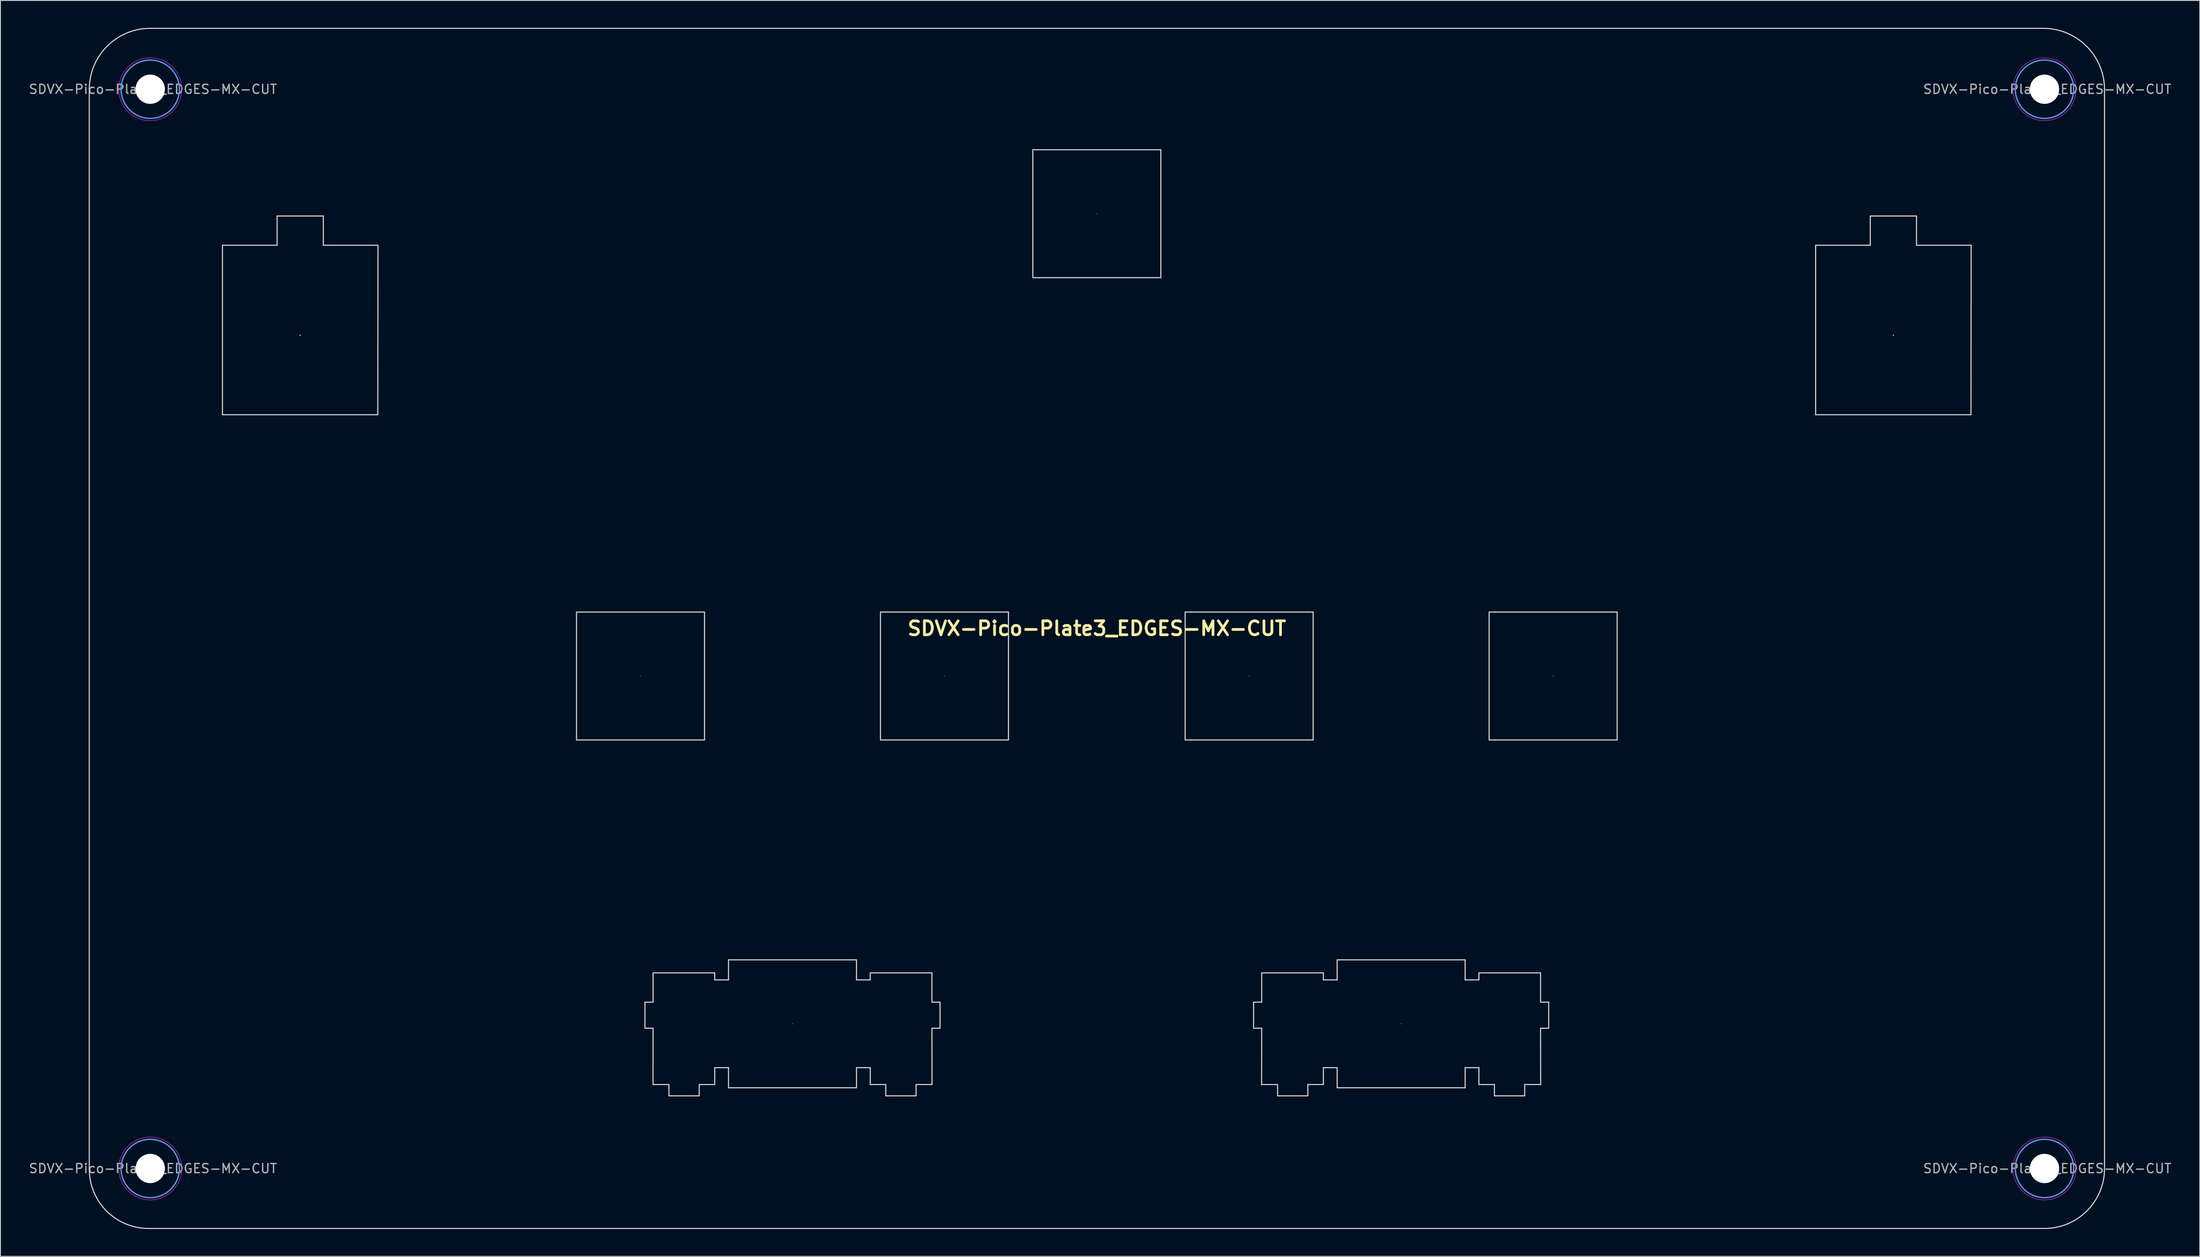
<source format=kicad_pcb>
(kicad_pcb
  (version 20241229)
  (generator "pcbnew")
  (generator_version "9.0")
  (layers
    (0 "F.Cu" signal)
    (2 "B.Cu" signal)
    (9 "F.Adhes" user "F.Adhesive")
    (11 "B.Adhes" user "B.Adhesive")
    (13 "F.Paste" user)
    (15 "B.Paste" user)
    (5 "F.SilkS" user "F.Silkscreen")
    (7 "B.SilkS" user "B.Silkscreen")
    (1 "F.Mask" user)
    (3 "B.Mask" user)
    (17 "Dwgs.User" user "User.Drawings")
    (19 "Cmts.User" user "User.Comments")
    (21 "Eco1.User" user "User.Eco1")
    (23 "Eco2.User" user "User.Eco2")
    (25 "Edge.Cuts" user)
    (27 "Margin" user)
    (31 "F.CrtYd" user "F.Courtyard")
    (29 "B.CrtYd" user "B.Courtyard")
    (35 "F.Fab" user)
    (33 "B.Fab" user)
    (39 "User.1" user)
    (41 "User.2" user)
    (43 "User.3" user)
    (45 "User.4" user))
  (footprint "SDVX-Pico-Plate3_EDGES-MX-CUT"
    (layer "F.Cu")
    (at 117.2 65.899)
    (property "Reference" "SDVX-Pico-Plate3_EDGES-MX-CUT" (at 0 0 0) (layer "F.SilkS") (effects (font (size 1.524 1.524) (thickness 0.3))))
    (attr board_only exclude_from_pos_files exclude_from_bom)
    (fp_poly (pts (xy -49.989 5.211) (xy -49.988 5.22) (xy -50.017 5.257) (xy -50.027 5.259) (xy -50.064 5.229) (xy -50.065 5.22) (xy -50.036 5.182) (xy -50.027 5.181)) (stroke (width 0) (type solid)) (fill yes) (layer "F.SilkS"))
    (fp_poly (pts (xy -33.326 43.369) (xy -33.325 43.378) (xy -33.355 43.415) (xy -33.364 43.417) (xy -33.401 43.387) (xy -33.402 43.378) (xy -33.373 43.34) (xy -33.364 43.339)) (stroke (width 0) (type solid)) (fill yes) (layer "F.SilkS"))
    (fp_poly (pts (xy -16.664 5.211) (xy -16.662 5.22) (xy -16.692 5.257) (xy -16.701 5.259) (xy -16.739 5.229) (xy -16.74 5.22) (xy -16.71 5.182) (xy -16.701 5.181)) (stroke (width 0) (type solid)) (fill yes) (layer "F.SilkS"))
    (fp_poly (pts (xy 0.038 -45.512) (xy 0.039 -45.503) (xy 0.01 -45.465) (xy 0.00027 -45.464) (xy -0.037 -45.494) (xy -0.038 -45.503) (xy -0.009 -45.54) (xy 0.00027 -45.541)) (stroke (width 0) (type solid)) (fill yes) (layer "F.SilkS"))
    (fp_poly (pts (xy 16.739 5.211) (xy 16.74 5.22) (xy 16.711 5.257) (xy 16.702 5.259) (xy 16.664 5.229) (xy 16.663 5.22) (xy 16.692 5.182) (xy 16.702 5.181)) (stroke (width 0) (type solid)) (fill yes) (layer "F.SilkS"))
    (fp_poly (pts (xy 33.402 43.369) (xy 33.403 43.378) (xy 33.374 43.415) (xy 33.364 43.417) (xy 33.327 43.387) (xy 33.326 43.378) (xy 33.355 43.34) (xy 33.364 43.339)) (stroke (width 0) (type solid)) (fill yes) (layer "F.SilkS"))
    (fp_poly (pts (xy 50.065 5.211) (xy 50.066 5.22) (xy 50.036 5.257) (xy 50.027 5.259) (xy 49.99 5.229) (xy 49.988 5.22) (xy 50.018 5.182) (xy 50.027 5.181)) (stroke (width 0) (type solid)) (fill yes) (layer "F.SilkS"))
    (fp_poly (pts (xy -87.302 -32.223) (xy -87.291 -32.215) (xy -87.269 -32.154) (xy -87.298 -32.1) (xy -87.334 -32.088) (xy -87.384 -32.116) (xy -87.394 -32.13) (xy -87.399 -32.189) (xy -87.358 -32.228)) (stroke (width 0) (type solid)) (fill yes) (layer "F.SilkS"))
    (fp_poly (pts (xy 87.367 -32.223) (xy 87.378 -32.215) (xy 87.399 -32.154) (xy 87.371 -32.1) (xy 87.335 -32.088) (xy 87.285 -32.116) (xy 87.274 -32.13) (xy 87.27 -32.189) (xy 87.311 -32.228)) (stroke (width 0) (type solid)) (fill yes) (layer "F.SilkS"))
    (fp_circle (center -103.78 -59.159) (end -100.58 -59.159) (stroke (width 0.15) (type solid)) (fill no) (layer "Cmts.User"))
    (fp_circle (center -103.778 59.251) (end -100.578 59.251) (stroke (width 0.15) (type solid)) (fill no) (layer "Cmts.User"))
    (fp_circle (center 103.9 -59.159) (end 107.1 -59.159) (stroke (width 0.15) (type solid)) (fill no) (layer "Cmts.User"))
    (fp_circle (center 103.902 59.251) (end 107.102 59.251) (stroke (width 0.15) (type solid)) (fill no) (layer "Cmts.User"))
    (fp_line (start -110.46 -59.212) (end -110.46 59.331) (stroke (width 0.12) (type solid)) (layer "Edge.Cuts"))
    (fp_line (start -103.96 65.831) (end 103.894 65.831) (stroke (width 0.12) (type solid)) (layer "Edge.Cuts"))
    (fp_line (start -95.86 -42.04) (end -89.87 -42.04) (stroke (width 0.12) (type solid)) (layer "Edge.Cuts"))
    (fp_line (start -95.86 -23.45) (end -95.86 -42.04) (stroke (width 0.12) (type solid)) (layer "Edge.Cuts"))
    (fp_line (start -89.87 -45.25) (end -84.8 -45.25) (stroke (width 0.12) (type solid)) (layer "Edge.Cuts"))
    (fp_line (start -89.87 -42.04) (end -89.87 -45.25) (stroke (width 0.12) (type solid)) (layer "Edge.Cuts"))
    (fp_line (start -84.8 -45.25) (end -84.8 -42.04) (stroke (width 0.12) (type solid)) (layer "Edge.Cuts"))
    (fp_line (start -84.8 -42.04) (end -78.81 -42.04) (stroke (width 0.12) (type solid)) (layer "Edge.Cuts"))
    (fp_line (start -78.83 -23.45) (end -95.86 -23.45) (stroke (width 0.12) (type solid)) (layer "Edge.Cuts"))
    (fp_line (start -78.81 -42.04) (end -78.83 -23.45) (stroke (width 0.12) (type solid)) (layer "Edge.Cuts"))
    (fp_line (start -49.54 41) (end -49.54 43.86) (stroke (width 0.12) (type solid)) (layer "Edge.Cuts"))
    (fp_line (start -49.54 43.86) (end -48.65 43.86) (stroke (width 0.12) (type solid)) (layer "Edge.Cuts"))
    (fp_line (start -48.66 50.04) (end -46.91 50.04) (stroke (width 0.12) (type solid)) (layer "Edge.Cuts"))
    (fp_line (start -48.65 37.79) (end -48.65 41) (stroke (width 0.12) (type solid)) (layer "Edge.Cuts"))
    (fp_line (start -48.65 41) (end -49.54 41) (stroke (width 0.12) (type solid)) (layer "Edge.Cuts"))
    (fp_line (start -48.65 43.86) (end -48.66 50.04) (stroke (width 0.12) (type solid)) (layer "Edge.Cuts"))
    (fp_line (start -46.91 50.04) (end -46.91 51.28) (stroke (width 0.12) (type solid)) (layer "Edge.Cuts"))
    (fp_line (start -46.91 51.28) (end -43.59 51.28) (stroke (width 0.12) (type solid)) (layer "Edge.Cuts"))
    (fp_line (start -43.59 50.04) (end -41.89 50.04) (stroke (width 0.12) (type solid)) (layer "Edge.Cuts"))
    (fp_line (start -43.59 51.28) (end -43.59 50.04) (stroke (width 0.12) (type solid)) (layer "Edge.Cuts"))
    (fp_line (start -41.89 37.79) (end -48.65 37.79) (stroke (width 0.12) (type solid)) (layer "Edge.Cuts"))
    (fp_line (start -41.89 38.56) (end -41.89 37.79) (stroke (width 0.12) (type solid)) (layer "Edge.Cuts"))
    (fp_line (start -41.89 48.19) (end -40.38 48.19) (stroke (width 0.12) (type solid)) (layer "Edge.Cuts"))
    (fp_line (start -41.89 50.04) (end -41.89 48.19) (stroke (width 0.12) (type solid)) (layer "Edge.Cuts"))
    (fp_line (start -40.38 36.36) (end -40.38 38.56) (stroke (width 0.12) (type solid)) (layer "Edge.Cuts"))
    (fp_line (start -40.38 36.36) (end -26.347 36.36) (stroke (width 0.12) (type solid)) (layer "Edge.Cuts"))
    (fp_line (start -40.38 38.56) (end -41.89 38.56) (stroke (width 0.12) (type solid)) (layer "Edge.Cuts"))
    (fp_line (start -40.38 48.19) (end -40.38 50.394) (stroke (width 0.12) (type solid)) (layer "Edge.Cuts"))
    (fp_line (start -26.347 38.56) (end -24.837 38.56) (stroke (width 0.12) (type solid)) (layer "Edge.Cuts"))
    (fp_line (start -26.347 48.19) (end -26.347 50.394) (stroke (width 0.12) (type solid)) (layer "Edge.Cuts"))
    (fp_line (start -26.347 36.36) (end -26.347 38.56) (stroke (width 0.12) (type solid)) (layer "Edge.Cuts"))
    (fp_line (start -26.347 50.394) (end -40.38 50.394) (stroke (width 0.12) (type solid)) (layer "Edge.Cuts"))
    (fp_line (start -24.837 37.79) (end -18.077 37.79) (stroke (width 0.12) (type solid)) (layer "Edge.Cuts"))
    (fp_line (start -24.837 38.56) (end -24.837 37.79) (stroke (width 0.12) (type solid)) (layer "Edge.Cuts"))
    (fp_line (start -24.837 48.19) (end -26.347 48.19) (stroke (width 0.12) (type solid)) (layer "Edge.Cuts"))
    (fp_line (start -24.837 50.04) (end -24.837 48.19) (stroke (width 0.12) (type solid)) (layer "Edge.Cuts"))
    (fp_line (start -23.137 50.04) (end -24.837 50.04) (stroke (width 0.12) (type solid)) (layer "Edge.Cuts"))
    (fp_line (start -23.137 51.28) (end -23.137 50.04) (stroke (width 0.12) (type solid)) (layer "Edge.Cuts"))
    (fp_line (start -19.817 50.04) (end -19.817 51.28) (stroke (width 0.12) (type solid)) (layer "Edge.Cuts"))
    (fp_line (start -19.817 51.28) (end -23.137 51.28) (stroke (width 0.12) (type solid)) (layer "Edge.Cuts"))
    (fp_line (start -18.077 37.79) (end -18.077 41) (stroke (width 0.12) (type solid)) (layer "Edge.Cuts"))
    (fp_line (start -18.077 41) (end -17.187 41) (stroke (width 0.12) (type solid)) (layer "Edge.Cuts"))
    (fp_line (start -18.077 43.86) (end -18.067 50.04) (stroke (width 0.12) (type solid)) (layer "Edge.Cuts"))
    (fp_line (start -18.067 50.04) (end -19.817 50.04) (stroke (width 0.12) (type solid)) (layer "Edge.Cuts"))
    (fp_line (start -17.187 41) (end -17.187 43.86) (stroke (width 0.12) (type solid)) (layer "Edge.Cuts"))
    (fp_line (start -17.187 43.86) (end -18.077 43.86) (stroke (width 0.12) (type solid)) (layer "Edge.Cuts"))
    (fp_line (start 17.188 41) (end 17.188 43.86) (stroke (width 0.12) (type solid)) (layer "Edge.Cuts"))
    (fp_line (start 17.188 43.86) (end 18.078 43.86) (stroke (width 0.12) (type solid)) (layer "Edge.Cuts"))
    (fp_line (start 18.068 50.04) (end 19.818 50.04) (stroke (width 0.12) (type solid)) (layer "Edge.Cuts"))
    (fp_line (start 18.078 37.79) (end 18.078 41) (stroke (width 0.12) (type solid)) (layer "Edge.Cuts"))
    (fp_line (start 18.078 41) (end 17.188 41) (stroke (width 0.12) (type solid)) (layer "Edge.Cuts"))
    (fp_line (start 18.078 43.86) (end 18.068 50.04) (stroke (width 0.12) (type solid)) (layer "Edge.Cuts"))
    (fp_line (start 19.818 50.04) (end 19.818 51.28) (stroke (width 0.12) (type solid)) (layer "Edge.Cuts"))
    (fp_line (start 19.818 51.28) (end 23.138 51.28) (stroke (width 0.12) (type solid)) (layer "Edge.Cuts"))
    (fp_line (start 23.138 50.04) (end 24.838 50.04) (stroke (width 0.12) (type solid)) (layer "Edge.Cuts"))
    (fp_line (start 23.138 51.28) (end 23.138 50.04) (stroke (width 0.12) (type solid)) (layer "Edge.Cuts"))
    (fp_line (start 24.838 37.79) (end 18.078 37.79) (stroke (width 0.12) (type solid)) (layer "Edge.Cuts"))
    (fp_line (start 24.838 38.56) (end 24.838 37.79) (stroke (width 0.12) (type solid)) (layer "Edge.Cuts"))
    (fp_line (start 24.838 48.19) (end 26.348 48.19) (stroke (width 0.12) (type solid)) (layer "Edge.Cuts"))
    (fp_line (start 24.838 50.04) (end 24.838 48.19) (stroke (width 0.12) (type solid)) (layer "Edge.Cuts"))
    (fp_line (start 26.348 36.36) (end 26.348 38.56) (stroke (width 0.12) (type solid)) (layer "Edge.Cuts"))
    (fp_line (start 26.348 36.36) (end 40.381 36.36) (stroke (width 0.12) (type solid)) (layer "Edge.Cuts"))
    (fp_line (start 26.348 38.56) (end 24.838 38.56) (stroke (width 0.12) (type solid)) (layer "Edge.Cuts"))
    (fp_line (start 26.348 48.19) (end 26.348 50.394) (stroke (width 0.12) (type solid)) (layer "Edge.Cuts"))
    (fp_line (start 40.381 38.56) (end 41.891 38.56) (stroke (width 0.12) (type solid)) (layer "Edge.Cuts"))
    (fp_line (start 40.381 48.19) (end 40.381 50.394) (stroke (width 0.12) (type solid)) (layer "Edge.Cuts"))
    (fp_line (start 40.381 36.36) (end 40.381 38.56) (stroke (width 0.12) (type solid)) (layer "Edge.Cuts"))
    (fp_line (start 40.381 50.394) (end 26.348 50.394) (stroke (width 0.12) (type solid)) (layer "Edge.Cuts"))
    (fp_line (start 41.891 37.79) (end 48.651 37.79) (stroke (width 0.12) (type solid)) (layer "Edge.Cuts"))
    (fp_line (start 41.891 38.56) (end 41.891 37.79) (stroke (width 0.12) (type solid)) (layer "Edge.Cuts"))
    (fp_line (start 41.891 48.19) (end 40.381 48.19) (stroke (width 0.12) (type solid)) (layer "Edge.Cuts"))
    (fp_line (start 41.891 50.04) (end 41.891 48.19) (stroke (width 0.12) (type solid)) (layer "Edge.Cuts"))
    (fp_line (start 43.591 50.04) (end 41.891 50.04) (stroke (width 0.12) (type solid)) (layer "Edge.Cuts"))
    (fp_line (start 43.591 51.28) (end 43.591 50.04) (stroke (width 0.12) (type solid)) (layer "Edge.Cuts"))
    (fp_line (start 46.911 50.04) (end 46.911 51.28) (stroke (width 0.12) (type solid)) (layer "Edge.Cuts"))
    (fp_line (start 46.911 51.28) (end 43.591 51.28) (stroke (width 0.12) (type solid)) (layer "Edge.Cuts"))
    (fp_line (start 48.651 37.79) (end 48.651 41) (stroke (width 0.12) (type solid)) (layer "Edge.Cuts"))
    (fp_line (start 48.651 41) (end 49.541 41) (stroke (width 0.12) (type solid)) (layer "Edge.Cuts"))
    (fp_line (start 48.651 43.86) (end 48.661 50.04) (stroke (width 0.12) (type solid)) (layer "Edge.Cuts"))
    (fp_line (start 48.661 50.04) (end 46.911 50.04) (stroke (width 0.12) (type solid)) (layer "Edge.Cuts"))
    (fp_line (start 49.541 41) (end 49.541 43.86) (stroke (width 0.12) (type solid)) (layer "Edge.Cuts"))
    (fp_line (start 49.541 43.86) (end 48.651 43.86) (stroke (width 0.12) (type solid)) (layer "Edge.Cuts"))
    (fp_line (start 78.808 -42.04) (end 84.798 -42.04) (stroke (width 0.12) (type solid)) (layer "Edge.Cuts"))
    (fp_line (start 78.808 -23.45) (end 78.808 -42.04) (stroke (width 0.12) (type solid)) (layer "Edge.Cuts"))
    (fp_line (start 84.798 -45.25) (end 89.868 -45.25) (stroke (width 0.12) (type solid)) (layer "Edge.Cuts"))
    (fp_line (start 84.798 -42.04) (end 84.798 -45.25) (stroke (width 0.12) (type solid)) (layer "Edge.Cuts"))
    (fp_line (start 89.868 -45.25) (end 89.868 -42.04) (stroke (width 0.12) (type solid)) (layer "Edge.Cuts"))
    (fp_line (start 89.868 -42.04) (end 95.858 -42.04) (stroke (width 0.12) (type solid)) (layer "Edge.Cuts"))
    (fp_line (start 95.838 -23.45) (end 78.808 -23.45) (stroke (width 0.12) (type solid)) (layer "Edge.Cuts"))
    (fp_line (start 95.858 -42.04) (end 95.838 -23.45) (stroke (width 0.12) (type solid)) (layer "Edge.Cuts"))
    (fp_line (start 103.86 -65.839) (end -103.89 -65.839) (stroke (width 0.12) (type solid)) (layer "Edge.Cuts"))
    (fp_line (start 110.48 59.341) (end 110.48 -59.239) (stroke (width 0.12) (type solid)) (layer "Edge.Cuts"))
    (fp_rect (start -57.043 -1.798) (end -43.01 12.236) (stroke (width 0.12) (type solid)) (fill no) (layer "Edge.Cuts"))
    (fp_rect (start -23.718 -1.799) (end -9.685 12.235) (stroke (width 0.12) (type solid)) (fill no) (layer "Edge.Cuts"))
    (fp_rect (start -7.016 -52.52) (end 7.017 -38.486) (stroke (width 0.12) (type solid)) (fill no) (layer "Edge.Cuts"))
    (fp_rect (start 9.685 -1.799) (end 23.718 12.235) (stroke (width 0.12) (type solid)) (fill no) (layer "Edge.Cuts"))
    (fp_rect (start 43.011 -1.799) (end 57.044 12.235) (stroke (width 0.12) (type solid)) (fill no) (layer "Edge.Cuts"))
    (fp_arc (start -110.45973 -59.212444) (mid -108.523009 -63.862575) (end -103.88973 -65.839273) (stroke (width 0.12) (type solid)) (layer "Edge.Cuts"))
    (fp_arc (start -103.95973 65.830726) (mid -108.555928 63.926923) (end -110.459737 59.330727) (stroke (width 0.12) (type solid)) (layer "Edge.Cuts"))
    (fp_arc (start 103.86027 -65.839273) (mid 108.507074 -63.880128) (end 110.48027 -59.239273) (stroke (width 0.12) (type solid)) (layer "Edge.Cuts"))
    (fp_arc (start 110.48027 59.340727) (mid 108.518444 63.936731) (end 103.894074 65.830727) (stroke (width 0.12) (type solid)) (layer "Edge.Cuts"))
    (fp_circle (center -103.78 -59.159) (end -100.33 -59.159) (stroke (width 0.05) (type solid)) (fill no) (layer "F.CrtYd"))
    (fp_circle (center -103.778 59.251) (end -100.328 59.251) (stroke (width 0.05) (type solid)) (fill no) (layer "F.CrtYd"))
    (fp_circle (center 103.9 -59.159) (end 107.35 -59.159) (stroke (width 0.05) (type solid)) (fill no) (layer "F.CrtYd"))
    (fp_circle (center 103.902 59.251) (end 107.352 59.251) (stroke (width 0.05) (type solid)) (fill no) (layer "F.CrtYd"))
    (fp_text user "${REFERENCE}" (at 104.202 59.251 0) (layer "F.Fab") (effects (font (size 1 1) (thickness 0.15))))
    (fp_text user "${REFERENCE}" (at 104.2 -59.159 0) (layer "F.Fab") (effects (font (size 1 1) (thickness 0.15))))
    (fp_text user "${REFERENCE}" (at -103.478 59.251 0) (layer "F.Fab") (effects (font (size 1 1) (thickness 0.15))))
    (fp_text user "${REFERENCE}" (at -103.48 -59.159 0) (layer "F.Fab") (effects (font (size 1 1) (thickness 0.15))))
    (pad "" np_thru_hole circle (at -103.78 -59.159) (size 3.2 3.2) (drill 3.2) (layers "*.Cu" "*.Mask"))
    (pad "" np_thru_hole circle (at -103.78 -59.159) (size 3.2 3.2) (drill 3.2) (layers "*.Cu" "*.Mask"))
    (pad "" np_thru_hole circle (at -103.778 59.251) (size 3.2 3.2) (drill 3.2) (layers "*.Cu" "*.Mask"))
    (pad "" np_thru_hole circle (at -103.778 59.251) (size 3.2 3.2) (drill 3.2) (layers "*.Cu" "*.Mask"))
    (pad "" np_thru_hole circle (at 103.9 -59.159) (size 3.2 3.2) (drill 3.2) (layers "*.Cu" "*.Mask"))
    (pad "" np_thru_hole circle (at 103.9 -59.159) (size 3.2 3.2) (drill 3.2) (layers "*.Cu" "*.Mask"))
    (pad "" np_thru_hole circle (at 103.902 59.251) (size 3.2 3.2) (drill 3.2) (layers "*.Cu" "*.Mask"))
    (pad "" np_thru_hole circle (at 103.902 59.251) (size 3.2 3.2) (drill 3.2) (layers "*.Cu" "*.Mask")))
  (gr_rect
    (start -3 -3)
    (end 238.122 134.79)
    (stroke (width 0.1) (type default))
    (fill no)
    (layer "Edge.Cuts")))
</source>
